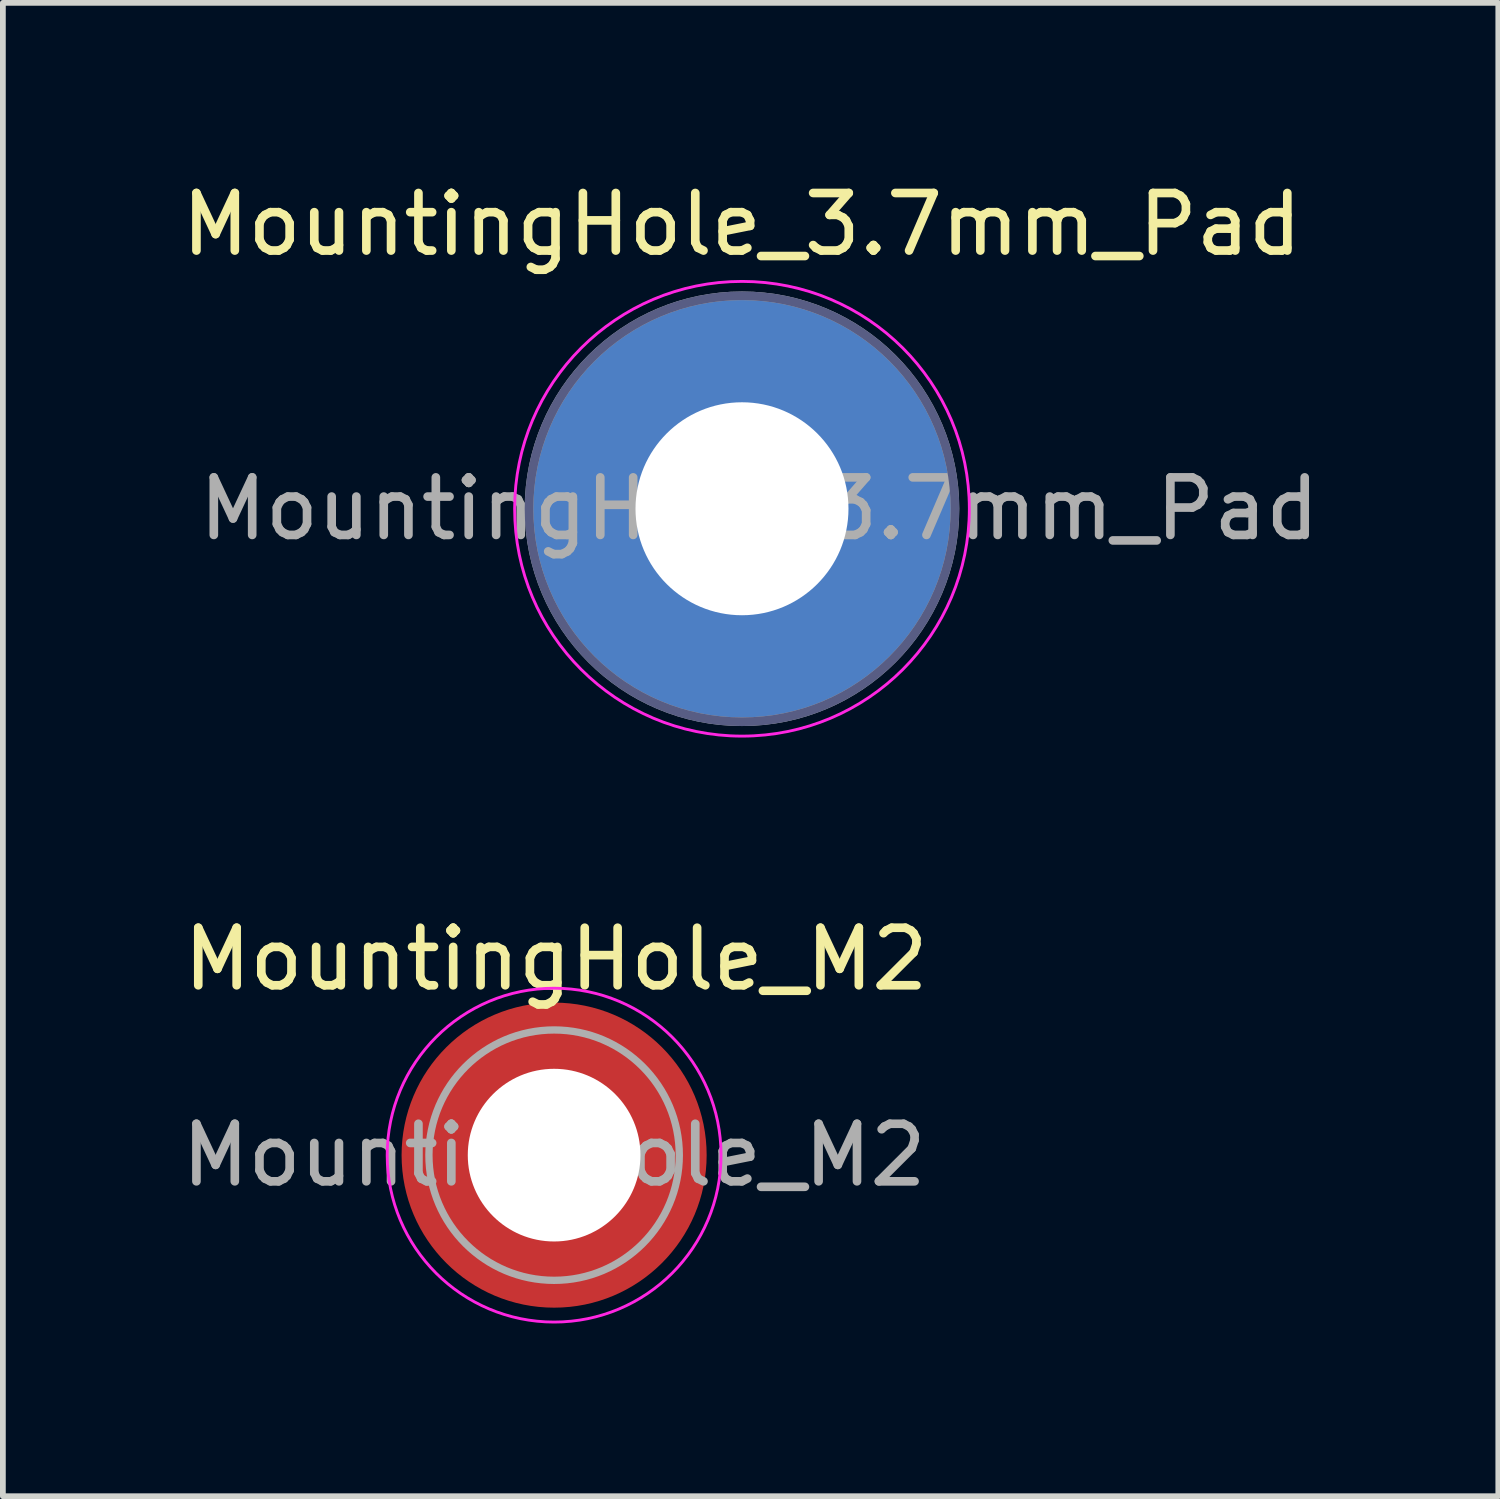
<source format=kicad_pcb>
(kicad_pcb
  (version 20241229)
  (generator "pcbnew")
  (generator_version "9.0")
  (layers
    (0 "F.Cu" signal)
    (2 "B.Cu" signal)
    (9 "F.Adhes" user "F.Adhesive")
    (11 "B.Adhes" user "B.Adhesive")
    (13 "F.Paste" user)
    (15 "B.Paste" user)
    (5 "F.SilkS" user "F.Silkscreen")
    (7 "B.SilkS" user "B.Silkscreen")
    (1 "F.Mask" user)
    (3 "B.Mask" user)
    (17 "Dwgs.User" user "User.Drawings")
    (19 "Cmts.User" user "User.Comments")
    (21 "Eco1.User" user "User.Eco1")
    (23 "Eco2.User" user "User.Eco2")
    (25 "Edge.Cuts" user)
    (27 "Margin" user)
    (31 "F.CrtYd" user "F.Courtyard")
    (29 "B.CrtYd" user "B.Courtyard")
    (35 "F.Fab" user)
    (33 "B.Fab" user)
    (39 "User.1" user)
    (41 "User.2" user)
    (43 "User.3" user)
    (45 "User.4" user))
  (footprint "MountingHole_3.7mm_Pad"
    (layer "F.Cu")
    (at 9.841 5.789)
    (property "Reference" "MountingHole_3.7mm_Pad" (at -0.002 -4.941 0) (layer "F.SilkS") (effects (font (size 1 1) (thickness 0.15))))
    (attr exclude_from_pos_files exclude_from_bom)
    (fp_circle (center 0 0) (end 3.95 0) (stroke (width 0.05) (type solid)) (fill no) (layer "F.CrtYd"))
    (fp_circle (center 0 0) (end 3.7 0) (stroke (width 0.15) (type solid)) (fill no) (layer "B.Fab"))
    (fp_circle (center 0 0) (end 3.7 0) (stroke (width 0.15) (type solid)) (fill no) (layer "F.Fab"))
    (fp_text user "${REFERENCE}" (at 0.3 0 0) (layer "F.Fab") (effects (font (size 1 1) (thickness 0.15))))
    (pad "1" thru_hole circle (at 0 0) (size 7.4 7.4) (drill 3.7) (layers "*.Cu" "*.Mask")))
  (footprint "MountingHole_M2"
    (layer "F.Cu")
    (at 6.577 17.019)
    (property "Reference" "MountingHole_M2" (at 0.032 -3.406 0) (layer "F.SilkS") (effects (font (size 1 1) (thickness 0.15))))
    (attr smd)
    (fp_poly (pts (xy -2.54 0.3) (xy -1.52 0.3) (xy -1.51 0.355) (xy -1.49 0.43) (xy -1.46 0.525) (xy -1.42 0.625) (xy -1.355 0.755) (xy -1.31 0.83) (xy -1.255 0.91) (xy -1.205 0.975) (xy -1.145 1.045) (xy -1.11 1.08) (xy -1.07 1.12) (xy -1.025 1.165) (xy -0.97 1.21) (xy -0.89 1.27) (xy -0.815 1.32) (xy -0.745 1.36) (xy -0.645 1.41) (xy -0.575 1.44) (xy -0.51 1.465) (xy -0.43 1.49) (xy -0.355 1.51) (xy -0.3 1.52) (xy -0.3 2.54) (xy -0.36 2.535) (xy -0.425 2.525) (xy -0.51 2.51) (xy -0.6 2.49) (xy -0.675 2.47) (xy -0.75 2.45) (xy -0.825 2.425) (xy -0.895 2.4) (xy -0.97 2.37) (xy -1.04 2.34) (xy -1.115 2.305) (xy -1.165 2.28) (xy -1.25 2.235) (xy -1.32 2.195) (xy -1.39 2.15) (xy -1.465 2.1) (xy -1.56 2.03) (xy -1.655 1.955) (xy -1.715 1.9) (xy -1.785 1.835) (xy -1.845 1.775) (xy -1.905 1.71) (xy -1.955 1.655) (xy -2.01 1.585) (xy -2.06 1.52) (xy -2.11 1.45) (xy -2.16 1.375) (xy -2.2 1.31) (xy -2.245 1.23) (xy -2.285 1.155) (xy -2.325 1.075) (xy -2.36 0.995) (xy -2.39 0.92) (xy -2.415 0.855) (xy -2.445 0.76) (xy -2.475 0.66) (xy -2.5 0.56) (xy -2.515 0.485) (xy -2.525 0.425) (xy -2.535 0.36)) (stroke (width 0.01) (type solid)) (fill yes) (layer "F.Paste"))
    (fp_poly (pts (xy -0.3 -2.54) (xy -0.3 -1.52) (xy -0.355 -1.51) (xy -0.43 -1.49) (xy -0.525 -1.46) (xy -0.625 -1.42) (xy -0.755 -1.355) (xy -0.83 -1.31) (xy -0.91 -1.255) (xy -0.975 -1.205) (xy -1.045 -1.145) (xy -1.08 -1.11) (xy -1.12 -1.07) (xy -1.165 -1.025) (xy -1.21 -0.97) (xy -1.27 -0.89) (xy -1.32 -0.815) (xy -1.36 -0.745) (xy -1.41 -0.645) (xy -1.44 -0.575) (xy -1.465 -0.51) (xy -1.49 -0.43) (xy -1.51 -0.355) (xy -1.52 -0.3) (xy -2.54 -0.3) (xy -2.535 -0.36) (xy -2.525 -0.425) (xy -2.51 -0.51) (xy -2.49 -0.6) (xy -2.47 -0.675) (xy -2.45 -0.75) (xy -2.425 -0.825) (xy -2.4 -0.895) (xy -2.37 -0.97) (xy -2.34 -1.04) (xy -2.305 -1.115) (xy -2.28 -1.165) (xy -2.235 -1.25) (xy -2.195 -1.32) (xy -2.15 -1.39) (xy -2.1 -1.465) (xy -2.03 -1.56) (xy -1.955 -1.655) (xy -1.9 -1.715) (xy -1.835 -1.785) (xy -1.775 -1.845) (xy -1.71 -1.905) (xy -1.655 -1.955) (xy -1.585 -2.01) (xy -1.52 -2.06) (xy -1.45 -2.11) (xy -1.375 -2.16) (xy -1.31 -2.2) (xy -1.23 -2.245) (xy -1.155 -2.285) (xy -1.075 -2.325) (xy -0.995 -2.36) (xy -0.92 -2.39) (xy -0.855 -2.415) (xy -0.76 -2.445) (xy -0.66 -2.475) (xy -0.56 -2.5) (xy -0.485 -2.515) (xy -0.425 -2.525) (xy -0.36 -2.535)) (stroke (width 0.01) (type solid)) (fill yes) (layer "F.Paste"))
    (fp_poly (pts (xy 0.3 2.54) (xy 0.3 1.52) (xy 0.355 1.51) (xy 0.43 1.49) (xy 0.525 1.46) (xy 0.625 1.42) (xy 0.755 1.355) (xy 0.83 1.31) (xy 0.91 1.255) (xy 0.975 1.205) (xy 1.045 1.145) (xy 1.08 1.11) (xy 1.12 1.07) (xy 1.165 1.025) (xy 1.21 0.97) (xy 1.27 0.89) (xy 1.32 0.815) (xy 1.36 0.745) (xy 1.41 0.645) (xy 1.44 0.575) (xy 1.465 0.51) (xy 1.49 0.43) (xy 1.51 0.355) (xy 1.52 0.3) (xy 2.54 0.3) (xy 2.535 0.36) (xy 2.525 0.425) (xy 2.51 0.51) (xy 2.49 0.6) (xy 2.47 0.675) (xy 2.45 0.75) (xy 2.425 0.825) (xy 2.4 0.895) (xy 2.37 0.97) (xy 2.34 1.04) (xy 2.305 1.115) (xy 2.28 1.165) (xy 2.235 1.25) (xy 2.195 1.32) (xy 2.15 1.39) (xy 2.1 1.465) (xy 2.03 1.56) (xy 1.955 1.655) (xy 1.9 1.715) (xy 1.835 1.785) (xy 1.775 1.845) (xy 1.71 1.905) (xy 1.655 1.955) (xy 1.585 2.01) (xy 1.52 2.06) (xy 1.45 2.11) (xy 1.375 2.16) (xy 1.31 2.2) (xy 1.23 2.245) (xy 1.155 2.285) (xy 1.075 2.325) (xy 0.995 2.36) (xy 0.92 2.39) (xy 0.855 2.415) (xy 0.76 2.445) (xy 0.66 2.475) (xy 0.56 2.5) (xy 0.485 2.515) (xy 0.425 2.525) (xy 0.36 2.535)) (stroke (width 0.01) (type solid)) (fill yes) (layer "F.Paste"))
    (fp_poly (pts (xy 2.54 -0.3) (xy 1.52 -0.3) (xy 1.51 -0.355) (xy 1.49 -0.43) (xy 1.46 -0.525) (xy 1.42 -0.625) (xy 1.355 -0.755) (xy 1.31 -0.83) (xy 1.255 -0.91) (xy 1.205 -0.975) (xy 1.145 -1.045) (xy 1.11 -1.08) (xy 1.07 -1.12) (xy 1.025 -1.165) (xy 0.97 -1.21) (xy 0.89 -1.27) (xy 0.815 -1.32) (xy 0.745 -1.36) (xy 0.645 -1.41) (xy 0.575 -1.44) (xy 0.51 -1.465) (xy 0.43 -1.49) (xy 0.355 -1.51) (xy 0.3 -1.52) (xy 0.3 -2.54) (xy 0.36 -2.535) (xy 0.425 -2.525) (xy 0.51 -2.51) (xy 0.6 -2.49) (xy 0.675 -2.47) (xy 0.75 -2.45) (xy 0.825 -2.425) (xy 0.895 -2.4) (xy 0.97 -2.37) (xy 1.04 -2.34) (xy 1.115 -2.305) (xy 1.165 -2.28) (xy 1.25 -2.235) (xy 1.32 -2.195) (xy 1.39 -2.15) (xy 1.465 -2.1) (xy 1.56 -2.03) (xy 1.655 -1.955) (xy 1.715 -1.9) (xy 1.785 -1.835) (xy 1.845 -1.775) (xy 1.905 -1.71) (xy 1.955 -1.655) (xy 2.01 -1.585) (xy 2.06 -1.52) (xy 2.11 -1.45) (xy 2.16 -1.375) (xy 2.2 -1.31) (xy 2.245 -1.23) (xy 2.285 -1.155) (xy 2.325 -1.075) (xy 2.36 -0.995) (xy 2.39 -0.92) (xy 2.415 -0.855) (xy 2.445 -0.76) (xy 2.475 -0.66) (xy 2.5 -0.56) (xy 2.515 -0.485) (xy 2.525 -0.425) (xy 2.535 -0.36)) (stroke (width 0.01) (type solid)) (fill yes) (layer "F.Paste"))
    (fp_circle (center 0 0) (end 2.9 0) (stroke (width 0.05) (type solid)) (fill no) (layer "F.CrtYd"))
    (fp_circle (center 0 0) (end 2.175 0) (stroke (width 0.127) (type solid)) (fill no) (layer "F.Fab"))
    (fp_text user "${REFERENCE}" (at 0 0 0) (layer "F.Fab") (effects (font (size 1 1) (thickness 0.15))))
    (pad "" np_thru_hole circle (at 0 0) (size 3 3) (drill 3) (layers "*.Cu" "*.Mask"))
    (pad "1" smd circle (at 0 0) (size 5.3 5.3) (layers "F.Cu" "F.Mask")))
  (gr_rect
    (start -3 -3)
    (end 22.981 22.944)
    (stroke (width 0.1) (type default))
    (fill no)
    (layer "Edge.Cuts")))
</source>
